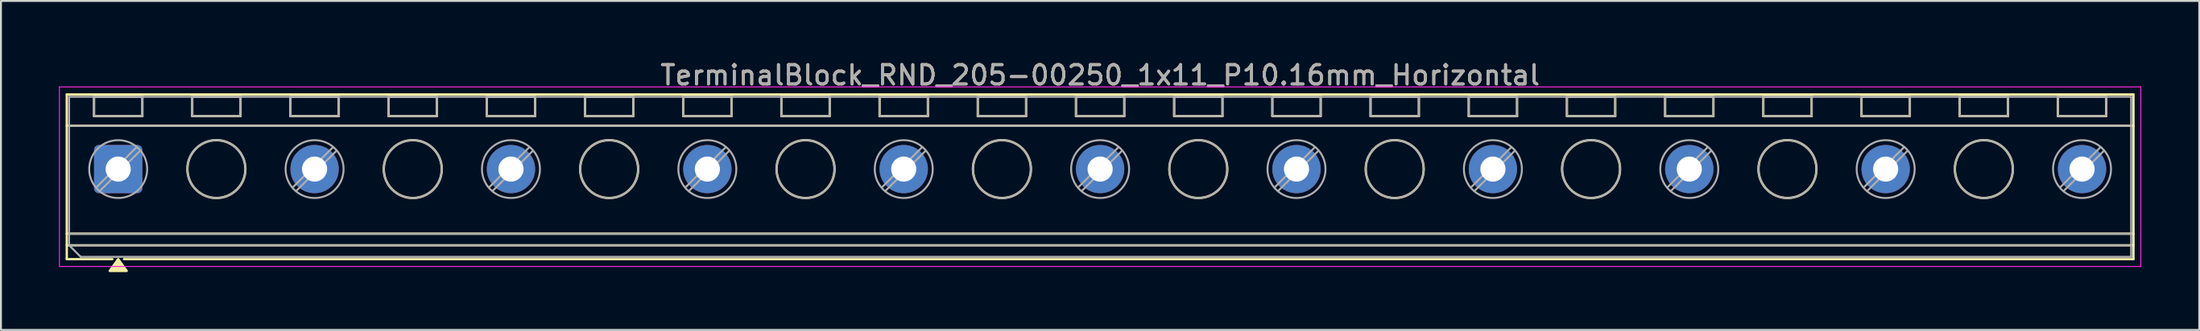
<source format=kicad_pcb>
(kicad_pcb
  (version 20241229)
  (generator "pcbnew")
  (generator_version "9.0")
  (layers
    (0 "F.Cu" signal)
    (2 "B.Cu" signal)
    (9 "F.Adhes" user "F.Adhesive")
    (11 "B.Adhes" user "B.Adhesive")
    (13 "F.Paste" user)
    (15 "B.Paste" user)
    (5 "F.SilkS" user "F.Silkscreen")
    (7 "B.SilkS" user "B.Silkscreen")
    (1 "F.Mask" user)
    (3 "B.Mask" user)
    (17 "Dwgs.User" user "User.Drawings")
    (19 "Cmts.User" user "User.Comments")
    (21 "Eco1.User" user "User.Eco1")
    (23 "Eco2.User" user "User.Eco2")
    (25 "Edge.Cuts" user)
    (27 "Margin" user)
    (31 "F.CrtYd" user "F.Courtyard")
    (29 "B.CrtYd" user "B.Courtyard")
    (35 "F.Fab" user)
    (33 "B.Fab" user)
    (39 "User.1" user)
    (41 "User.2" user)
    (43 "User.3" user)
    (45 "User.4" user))
  (footprint "TerminalBlock_RND_205-00250_1x11_P10.16mm_Horizontal"
    (layer "F.Cu")
    (at 3.065 5.718)
    (property "Reference" "TerminalBlock_RND_205-00250_1x11_P10.16mm_Horizontal" (at 50.8 -4.87 0) (layer "F.SilkS") (effects (font (size 1 1) (thickness 0.15))))
    (attr through_hole)
    (fp_line (start -2.66 -3.87) (end 104.26 -3.87) (stroke (width 0.12) (type solid)) (layer "F.SilkS"))
    (fp_line (start -2.66 -2.25) (end 104.26 -2.25) (stroke (width 0.12) (type solid)) (layer "F.SilkS"))
    (fp_line (start -2.66 3.35) (end 104.26 3.35) (stroke (width 0.12) (type solid)) (layer "F.SilkS"))
    (fp_line (start -2.66 3.95) (end 104.26 3.95) (stroke (width 0.12) (type solid)) (layer "F.SilkS"))
    (fp_line (start -2.66 4.67) (end -2.66 -3.87) (stroke (width 0.12) (type solid)) (layer "F.SilkS"))
    (fp_line (start -1.25 -3.75) (end 1.25 -3.75) (stroke (width 0.12) (type solid)) (layer "F.SilkS"))
    (fp_line (start -1.25 -2.75) (end -1.25 -3.75) (stroke (width 0.12) (type solid)) (layer "F.SilkS"))
    (fp_line (start -0.3 4.67) (end -2.66 4.67) (stroke (width 0.12) (type solid)) (layer "F.SilkS"))
    (fp_line (start 1.25 -3.75) (end 1.25 -2.75) (stroke (width 0.12) (type solid)) (layer "F.SilkS"))
    (fp_line (start 1.25 -2.75) (end -1.25 -2.75) (stroke (width 0.12) (type solid)) (layer "F.SilkS"))
    (fp_line (start 3.83 -3.75) (end 6.33 -3.75) (stroke (width 0.12) (type solid)) (layer "F.SilkS"))
    (fp_line (start 3.83 -2.75) (end 3.83 -3.75) (stroke (width 0.12) (type solid)) (layer "F.SilkS"))
    (fp_line (start 6.33 -3.75) (end 6.33 -2.75) (stroke (width 0.12) (type solid)) (layer "F.SilkS"))
    (fp_line (start 6.33 -2.75) (end 3.83 -2.75) (stroke (width 0.12) (type solid)) (layer "F.SilkS"))
    (fp_line (start 8.91 -3.75) (end 11.41 -3.75) (stroke (width 0.12) (type solid)) (layer "F.SilkS"))
    (fp_line (start 8.91 -2.75) (end 8.91 -3.75) (stroke (width 0.12) (type solid)) (layer "F.SilkS"))
    (fp_line (start 11.41 -3.75) (end 11.41 -2.75) (stroke (width 0.12) (type solid)) (layer "F.SilkS"))
    (fp_line (start 11.41 -2.75) (end 8.91 -2.75) (stroke (width 0.12) (type solid)) (layer "F.SilkS"))
    (fp_line (start 13.99 -3.75) (end 16.49 -3.75) (stroke (width 0.12) (type solid)) (layer "F.SilkS"))
    (fp_line (start 13.99 -2.75) (end 13.99 -3.75) (stroke (width 0.12) (type solid)) (layer "F.SilkS"))
    (fp_line (start 16.49 -3.75) (end 16.49 -2.75) (stroke (width 0.12) (type solid)) (layer "F.SilkS"))
    (fp_line (start 16.49 -2.75) (end 13.99 -2.75) (stroke (width 0.12) (type solid)) (layer "F.SilkS"))
    (fp_line (start 19.07 -3.75) (end 21.57 -3.75) (stroke (width 0.12) (type solid)) (layer "F.SilkS"))
    (fp_line (start 19.07 -2.75) (end 19.07 -3.75) (stroke (width 0.12) (type solid)) (layer "F.SilkS"))
    (fp_line (start 21.57 -3.75) (end 21.57 -2.75) (stroke (width 0.12) (type solid)) (layer "F.SilkS"))
    (fp_line (start 21.57 -2.75) (end 19.07 -2.75) (stroke (width 0.12) (type solid)) (layer "F.SilkS"))
    (fp_line (start 24.15 -3.75) (end 26.65 -3.75) (stroke (width 0.12) (type solid)) (layer "F.SilkS"))
    (fp_line (start 24.15 -2.75) (end 24.15 -3.75) (stroke (width 0.12) (type solid)) (layer "F.SilkS"))
    (fp_line (start 26.65 -3.75) (end 26.65 -2.75) (stroke (width 0.12) (type solid)) (layer "F.SilkS"))
    (fp_line (start 26.65 -2.75) (end 24.15 -2.75) (stroke (width 0.12) (type solid)) (layer "F.SilkS"))
    (fp_line (start 29.23 -3.75) (end 31.73 -3.75) (stroke (width 0.12) (type solid)) (layer "F.SilkS"))
    (fp_line (start 29.23 -2.75) (end 29.23 -3.75) (stroke (width 0.12) (type solid)) (layer "F.SilkS"))
    (fp_line (start 31.73 -3.75) (end 31.73 -2.75) (stroke (width 0.12) (type solid)) (layer "F.SilkS"))
    (fp_line (start 31.73 -2.75) (end 29.23 -2.75) (stroke (width 0.12) (type solid)) (layer "F.SilkS"))
    (fp_line (start 34.31 -3.75) (end 36.81 -3.75) (stroke (width 0.12) (type solid)) (layer "F.SilkS"))
    (fp_line (start 34.31 -2.75) (end 34.31 -3.75) (stroke (width 0.12) (type solid)) (layer "F.SilkS"))
    (fp_line (start 36.81 -3.75) (end 36.81 -2.75) (stroke (width 0.12) (type solid)) (layer "F.SilkS"))
    (fp_line (start 36.81 -2.75) (end 34.31 -2.75) (stroke (width 0.12) (type solid)) (layer "F.SilkS"))
    (fp_line (start 39.39 -3.75) (end 41.89 -3.75) (stroke (width 0.12) (type solid)) (layer "F.SilkS"))
    (fp_line (start 39.39 -2.75) (end 39.39 -3.75) (stroke (width 0.12) (type solid)) (layer "F.SilkS"))
    (fp_line (start 41.89 -3.75) (end 41.89 -2.75) (stroke (width 0.12) (type solid)) (layer "F.SilkS"))
    (fp_line (start 41.89 -2.75) (end 39.39 -2.75) (stroke (width 0.12) (type solid)) (layer "F.SilkS"))
    (fp_line (start 44.47 -3.75) (end 46.97 -3.75) (stroke (width 0.12) (type solid)) (layer "F.SilkS"))
    (fp_line (start 44.47 -2.75) (end 44.47 -3.75) (stroke (width 0.12) (type solid)) (layer "F.SilkS"))
    (fp_line (start 46.97 -3.75) (end 46.97 -2.75) (stroke (width 0.12) (type solid)) (layer "F.SilkS"))
    (fp_line (start 46.97 -2.75) (end 44.47 -2.75) (stroke (width 0.12) (type solid)) (layer "F.SilkS"))
    (fp_line (start 49.55 -3.75) (end 52.05 -3.75) (stroke (width 0.12) (type solid)) (layer "F.SilkS"))
    (fp_line (start 49.55 -2.75) (end 49.55 -3.75) (stroke (width 0.12) (type solid)) (layer "F.SilkS"))
    (fp_line (start 52.05 -3.75) (end 52.05 -2.75) (stroke (width 0.12) (type solid)) (layer "F.SilkS"))
    (fp_line (start 52.05 -2.75) (end 49.55 -2.75) (stroke (width 0.12) (type solid)) (layer "F.SilkS"))
    (fp_line (start 54.63 -3.75) (end 57.13 -3.75) (stroke (width 0.12) (type solid)) (layer "F.SilkS"))
    (fp_line (start 54.63 -2.75) (end 54.63 -3.75) (stroke (width 0.12) (type solid)) (layer "F.SilkS"))
    (fp_line (start 57.13 -3.75) (end 57.13 -2.75) (stroke (width 0.12) (type solid)) (layer "F.SilkS"))
    (fp_line (start 57.13 -2.75) (end 54.63 -2.75) (stroke (width 0.12) (type solid)) (layer "F.SilkS"))
    (fp_line (start 59.71 -3.75) (end 62.21 -3.75) (stroke (width 0.12) (type solid)) (layer "F.SilkS"))
    (fp_line (start 59.71 -2.75) (end 59.71 -3.75) (stroke (width 0.12) (type solid)) (layer "F.SilkS"))
    (fp_line (start 62.21 -3.75) (end 62.21 -2.75) (stroke (width 0.12) (type solid)) (layer "F.SilkS"))
    (fp_line (start 62.21 -2.75) (end 59.71 -2.75) (stroke (width 0.12) (type solid)) (layer "F.SilkS"))
    (fp_line (start 64.79 -3.75) (end 67.29 -3.75) (stroke (width 0.12) (type solid)) (layer "F.SilkS"))
    (fp_line (start 64.79 -2.75) (end 64.79 -3.75) (stroke (width 0.12) (type solid)) (layer "F.SilkS"))
    (fp_line (start 67.29 -3.75) (end 67.29 -2.75) (stroke (width 0.12) (type solid)) (layer "F.SilkS"))
    (fp_line (start 67.29 -2.75) (end 64.79 -2.75) (stroke (width 0.12) (type solid)) (layer "F.SilkS"))
    (fp_line (start 69.87 -3.75) (end 72.37 -3.75) (stroke (width 0.12) (type solid)) (layer "F.SilkS"))
    (fp_line (start 69.87 -2.75) (end 69.87 -3.75) (stroke (width 0.12) (type solid)) (layer "F.SilkS"))
    (fp_line (start 72.37 -3.75) (end 72.37 -2.75) (stroke (width 0.12) (type solid)) (layer "F.SilkS"))
    (fp_line (start 72.37 -2.75) (end 69.87 -2.75) (stroke (width 0.12) (type solid)) (layer "F.SilkS"))
    (fp_line (start 74.95 -3.75) (end 77.45 -3.75) (stroke (width 0.12) (type solid)) (layer "F.SilkS"))
    (fp_line (start 74.95 -2.75) (end 74.95 -3.75) (stroke (width 0.12) (type solid)) (layer "F.SilkS"))
    (fp_line (start 77.45 -3.75) (end 77.45 -2.75) (stroke (width 0.12) (type solid)) (layer "F.SilkS"))
    (fp_line (start 77.45 -2.75) (end 74.95 -2.75) (stroke (width 0.12) (type solid)) (layer "F.SilkS"))
    (fp_line (start 80.03 -3.75) (end 82.53 -3.75) (stroke (width 0.12) (type solid)) (layer "F.SilkS"))
    (fp_line (start 80.03 -2.75) (end 80.03 -3.75) (stroke (width 0.12) (type solid)) (layer "F.SilkS"))
    (fp_line (start 82.53 -3.75) (end 82.53 -2.75) (stroke (width 0.12) (type solid)) (layer "F.SilkS"))
    (fp_line (start 82.53 -2.75) (end 80.03 -2.75) (stroke (width 0.12) (type solid)) (layer "F.SilkS"))
    (fp_line (start 85.11 -3.75) (end 87.61 -3.75) (stroke (width 0.12) (type solid)) (layer "F.SilkS"))
    (fp_line (start 85.11 -2.75) (end 85.11 -3.75) (stroke (width 0.12) (type solid)) (layer "F.SilkS"))
    (fp_line (start 87.61 -3.75) (end 87.61 -2.75) (stroke (width 0.12) (type solid)) (layer "F.SilkS"))
    (fp_line (start 87.61 -2.75) (end 85.11 -2.75) (stroke (width 0.12) (type solid)) (layer "F.SilkS"))
    (fp_line (start 90.19 -3.75) (end 92.69 -3.75) (stroke (width 0.12) (type solid)) (layer "F.SilkS"))
    (fp_line (start 90.19 -2.75) (end 90.19 -3.75) (stroke (width 0.12) (type solid)) (layer "F.SilkS"))
    (fp_line (start 92.69 -3.75) (end 92.69 -2.75) (stroke (width 0.12) (type solid)) (layer "F.SilkS"))
    (fp_line (start 92.69 -2.75) (end 90.19 -2.75) (stroke (width 0.12) (type solid)) (layer "F.SilkS"))
    (fp_line (start 95.27 -3.75) (end 97.77 -3.75) (stroke (width 0.12) (type solid)) (layer "F.SilkS"))
    (fp_line (start 95.27 -2.75) (end 95.27 -3.75) (stroke (width 0.12) (type solid)) (layer "F.SilkS"))
    (fp_line (start 97.77 -3.75) (end 97.77 -2.75) (stroke (width 0.12) (type solid)) (layer "F.SilkS"))
    (fp_line (start 97.77 -2.75) (end 95.27 -2.75) (stroke (width 0.12) (type solid)) (layer "F.SilkS"))
    (fp_line (start 100.35 -3.75) (end 102.85 -3.75) (stroke (width 0.12) (type solid)) (layer "F.SilkS"))
    (fp_line (start 100.35 -2.75) (end 100.35 -3.75) (stroke (width 0.12) (type solid)) (layer "F.SilkS"))
    (fp_line (start 102.85 -3.75) (end 102.85 -2.75) (stroke (width 0.12) (type solid)) (layer "F.SilkS"))
    (fp_line (start 102.85 -2.75) (end 100.35 -2.75) (stroke (width 0.12) (type solid)) (layer "F.SilkS"))
    (fp_line (start 104.26 -3.87) (end 104.26 4.67) (stroke (width 0.12) (type solid)) (layer "F.SilkS"))
    (fp_line (start 104.26 4.67) (end 0.3 4.67) (stroke (width 0.12) (type solid)) (layer "F.SilkS"))
    (fp_circle (center 5.08 0) (end 6.58 0) (stroke (width 0.12) (type solid)) (fill no) (layer "F.SilkS"))
    (fp_circle (center 15.24 0) (end 16.74 0) (stroke (width 0.12) (type solid)) (fill no) (layer "F.SilkS"))
    (fp_circle (center 25.4 0) (end 26.9 0) (stroke (width 0.12) (type solid)) (fill no) (layer "F.SilkS"))
    (fp_circle (center 35.56 0) (end 37.06 0) (stroke (width 0.12) (type solid)) (fill no) (layer "F.SilkS"))
    (fp_circle (center 45.72 0) (end 47.22 0) (stroke (width 0.12) (type solid)) (fill no) (layer "F.SilkS"))
    (fp_circle (center 55.88 0) (end 57.38 0) (stroke (width 0.12) (type solid)) (fill no) (layer "F.SilkS"))
    (fp_circle (center 66.04 0) (end 67.54 0) (stroke (width 0.12) (type solid)) (fill no) (layer "F.SilkS"))
    (fp_circle (center 76.2 0) (end 77.7 0) (stroke (width 0.12) (type solid)) (fill no) (layer "F.SilkS"))
    (fp_circle (center 86.36 0) (end 87.86 0) (stroke (width 0.12) (type solid)) (fill no) (layer "F.SilkS"))
    (fp_circle (center 96.52 0) (end 98.02 0) (stroke (width 0.12) (type solid)) (fill no) (layer "F.SilkS"))
    (fp_poly (pts (xy 0 4.67) (xy 0.44 5.28) (xy -0.44 5.28)) (stroke (width 0.12) (type solid)) (fill yes) (layer "F.SilkS"))
    (fp_line (start -3.04 -4.26) (end -3.04 5.05) (stroke (width 0.05) (type solid)) (layer "F.CrtYd"))
    (fp_line (start -3.04 5.05) (end 104.64 5.05) (stroke (width 0.05) (type solid)) (layer "F.CrtYd"))
    (fp_line (start 104.64 -4.26) (end -3.04 -4.26) (stroke (width 0.05) (type solid)) (layer "F.CrtYd"))
    (fp_line (start 104.64 5.05) (end 104.64 -4.26) (stroke (width 0.05) (type solid)) (layer "F.CrtYd"))
    (fp_line (start -2.54 -3.75) (end 104.14 -3.75) (stroke (width 0.1) (type solid)) (layer "F.Fab"))
    (fp_line (start -2.54 -2.25) (end 104.14 -2.25) (stroke (width 0.1) (type solid)) (layer "F.Fab"))
    (fp_line (start -2.54 3.35) (end 104.14 3.35) (stroke (width 0.1) (type solid)) (layer "F.Fab"))
    (fp_line (start -2.54 3.95) (end -2.54 -3.75) (stroke (width 0.1) (type solid)) (layer "F.Fab"))
    (fp_line (start -2.54 3.95) (end 104.14 3.95) (stroke (width 0.1) (type solid)) (layer "F.Fab"))
    (fp_line (start -1.94 4.55) (end -2.54 3.95) (stroke (width 0.1) (type solid)) (layer "F.Fab"))
    (fp_line (start -1.25 -3.75) (end -1.25 -2.75) (stroke (width 0.1) (type solid)) (layer "F.Fab"))
    (fp_line (start -1.25 -2.75) (end 1.25 -2.75) (stroke (width 0.1) (type solid)) (layer "F.Fab"))
    (fp_line (start 0.955 -1.138) (end -1.138 0.955) (stroke (width 0.1) (type solid)) (layer "F.Fab"))
    (fp_line (start 1.138 -0.955) (end -0.955 1.138) (stroke (width 0.1) (type solid)) (layer "F.Fab"))
    (fp_line (start 1.25 -3.75) (end -1.25 -3.75) (stroke (width 0.1) (type solid)) (layer "F.Fab"))
    (fp_line (start 1.25 -2.75) (end 1.25 -3.75) (stroke (width 0.1) (type solid)) (layer "F.Fab"))
    (fp_line (start 3.83 -3.75) (end 3.83 -2.75) (stroke (width 0.1) (type solid)) (layer "F.Fab"))
    (fp_line (start 3.83 -2.75) (end 6.33 -2.75) (stroke (width 0.1) (type solid)) (layer "F.Fab"))
    (fp_line (start 6.33 -3.75) (end 3.83 -3.75) (stroke (width 0.1) (type solid)) (layer "F.Fab"))
    (fp_line (start 6.33 -2.75) (end 6.33 -3.75) (stroke (width 0.1) (type solid)) (layer "F.Fab"))
    (fp_line (start 8.91 -3.75) (end 8.91 -2.75) (stroke (width 0.1) (type solid)) (layer "F.Fab"))
    (fp_line (start 8.91 -2.75) (end 11.41 -2.75) (stroke (width 0.1) (type solid)) (layer "F.Fab"))
    (fp_line (start 11.115 -1.138) (end 9.022 0.955) (stroke (width 0.1) (type solid)) (layer "F.Fab"))
    (fp_line (start 11.298 -0.955) (end 9.205 1.138) (stroke (width 0.1) (type solid)) (layer "F.Fab"))
    (fp_line (start 11.41 -3.75) (end 8.91 -3.75) (stroke (width 0.1) (type solid)) (layer "F.Fab"))
    (fp_line (start 11.41 -2.75) (end 11.41 -3.75) (stroke (width 0.1) (type solid)) (layer "F.Fab"))
    (fp_line (start 13.99 -3.75) (end 13.99 -2.75) (stroke (width 0.1) (type solid)) (layer "F.Fab"))
    (fp_line (start 13.99 -2.75) (end 16.49 -2.75) (stroke (width 0.1) (type solid)) (layer "F.Fab"))
    (fp_line (start 16.49 -3.75) (end 13.99 -3.75) (stroke (width 0.1) (type solid)) (layer "F.Fab"))
    (fp_line (start 16.49 -2.75) (end 16.49 -3.75) (stroke (width 0.1) (type solid)) (layer "F.Fab"))
    (fp_line (start 19.07 -3.75) (end 19.07 -2.75) (stroke (width 0.1) (type solid)) (layer "F.Fab"))
    (fp_line (start 19.07 -2.75) (end 21.57 -2.75) (stroke (width 0.1) (type solid)) (layer "F.Fab"))
    (fp_line (start 21.275 -1.138) (end 19.182 0.955) (stroke (width 0.1) (type solid)) (layer "F.Fab"))
    (fp_line (start 21.458 -0.955) (end 19.365 1.138) (stroke (width 0.1) (type solid)) (layer "F.Fab"))
    (fp_line (start 21.57 -3.75) (end 19.07 -3.75) (stroke (width 0.1) (type solid)) (layer "F.Fab"))
    (fp_line (start 21.57 -2.75) (end 21.57 -3.75) (stroke (width 0.1) (type solid)) (layer "F.Fab"))
    (fp_line (start 24.15 -3.75) (end 24.15 -2.75) (stroke (width 0.1) (type solid)) (layer "F.Fab"))
    (fp_line (start 24.15 -2.75) (end 26.65 -2.75) (stroke (width 0.1) (type solid)) (layer "F.Fab"))
    (fp_line (start 26.65 -3.75) (end 24.15 -3.75) (stroke (width 0.1) (type solid)) (layer "F.Fab"))
    (fp_line (start 26.65 -2.75) (end 26.65 -3.75) (stroke (width 0.1) (type solid)) (layer "F.Fab"))
    (fp_line (start 29.23 -3.75) (end 29.23 -2.75) (stroke (width 0.1) (type solid)) (layer "F.Fab"))
    (fp_line (start 29.23 -2.75) (end 31.73 -2.75) (stroke (width 0.1) (type solid)) (layer "F.Fab"))
    (fp_line (start 31.435 -1.138) (end 29.342 0.955) (stroke (width 0.1) (type solid)) (layer "F.Fab"))
    (fp_line (start 31.618 -0.955) (end 29.525 1.138) (stroke (width 0.1) (type solid)) (layer "F.Fab"))
    (fp_line (start 31.73 -3.75) (end 29.23 -3.75) (stroke (width 0.1) (type solid)) (layer "F.Fab"))
    (fp_line (start 31.73 -2.75) (end 31.73 -3.75) (stroke (width 0.1) (type solid)) (layer "F.Fab"))
    (fp_line (start 34.31 -3.75) (end 34.31 -2.75) (stroke (width 0.1) (type solid)) (layer "F.Fab"))
    (fp_line (start 34.31 -2.75) (end 36.81 -2.75) (stroke (width 0.1) (type solid)) (layer "F.Fab"))
    (fp_line (start 36.81 -3.75) (end 34.31 -3.75) (stroke (width 0.1) (type solid)) (layer "F.Fab"))
    (fp_line (start 36.81 -2.75) (end 36.81 -3.75) (stroke (width 0.1) (type solid)) (layer "F.Fab"))
    (fp_line (start 39.39 -3.75) (end 39.39 -2.75) (stroke (width 0.1) (type solid)) (layer "F.Fab"))
    (fp_line (start 39.39 -2.75) (end 41.89 -2.75) (stroke (width 0.1) (type solid)) (layer "F.Fab"))
    (fp_line (start 41.595 -1.138) (end 39.502 0.955) (stroke (width 0.1) (type solid)) (layer "F.Fab"))
    (fp_line (start 41.778 -0.955) (end 39.685 1.138) (stroke (width 0.1) (type solid)) (layer "F.Fab"))
    (fp_line (start 41.89 -3.75) (end 39.39 -3.75) (stroke (width 0.1) (type solid)) (layer "F.Fab"))
    (fp_line (start 41.89 -2.75) (end 41.89 -3.75) (stroke (width 0.1) (type solid)) (layer "F.Fab"))
    (fp_line (start 44.47 -3.75) (end 44.47 -2.75) (stroke (width 0.1) (type solid)) (layer "F.Fab"))
    (fp_line (start 44.47 -2.75) (end 46.97 -2.75) (stroke (width 0.1) (type solid)) (layer "F.Fab"))
    (fp_line (start 46.97 -3.75) (end 44.47 -3.75) (stroke (width 0.1) (type solid)) (layer "F.Fab"))
    (fp_line (start 46.97 -2.75) (end 46.97 -3.75) (stroke (width 0.1) (type solid)) (layer "F.Fab"))
    (fp_line (start 49.55 -3.75) (end 49.55 -2.75) (stroke (width 0.1) (type solid)) (layer "F.Fab"))
    (fp_line (start 49.55 -2.75) (end 52.05 -2.75) (stroke (width 0.1) (type solid)) (layer "F.Fab"))
    (fp_line (start 51.755 -1.138) (end 49.662 0.955) (stroke (width 0.1) (type solid)) (layer "F.Fab"))
    (fp_line (start 51.938 -0.955) (end 49.845 1.138) (stroke (width 0.1) (type solid)) (layer "F.Fab"))
    (fp_line (start 52.05 -3.75) (end 49.55 -3.75) (stroke (width 0.1) (type solid)) (layer "F.Fab"))
    (fp_line (start 52.05 -2.75) (end 52.05 -3.75) (stroke (width 0.1) (type solid)) (layer "F.Fab"))
    (fp_line (start 54.63 -3.75) (end 54.63 -2.75) (stroke (width 0.1) (type solid)) (layer "F.Fab"))
    (fp_line (start 54.63 -2.75) (end 57.13 -2.75) (stroke (width 0.1) (type solid)) (layer "F.Fab"))
    (fp_line (start 57.13 -3.75) (end 54.63 -3.75) (stroke (width 0.1) (type solid)) (layer "F.Fab"))
    (fp_line (start 57.13 -2.75) (end 57.13 -3.75) (stroke (width 0.1) (type solid)) (layer "F.Fab"))
    (fp_line (start 59.71 -3.75) (end 59.71 -2.75) (stroke (width 0.1) (type solid)) (layer "F.Fab"))
    (fp_line (start 59.71 -2.75) (end 62.21 -2.75) (stroke (width 0.1) (type solid)) (layer "F.Fab"))
    (fp_line (start 61.915 -1.138) (end 59.822 0.955) (stroke (width 0.1) (type solid)) (layer "F.Fab"))
    (fp_line (start 62.098 -0.955) (end 60.005 1.138) (stroke (width 0.1) (type solid)) (layer "F.Fab"))
    (fp_line (start 62.21 -3.75) (end 59.71 -3.75) (stroke (width 0.1) (type solid)) (layer "F.Fab"))
    (fp_line (start 62.21 -2.75) (end 62.21 -3.75) (stroke (width 0.1) (type solid)) (layer "F.Fab"))
    (fp_line (start 64.79 -3.75) (end 64.79 -2.75) (stroke (width 0.1) (type solid)) (layer "F.Fab"))
    (fp_line (start 64.79 -2.75) (end 67.29 -2.75) (stroke (width 0.1) (type solid)) (layer "F.Fab"))
    (fp_line (start 67.29 -3.75) (end 64.79 -3.75) (stroke (width 0.1) (type solid)) (layer "F.Fab"))
    (fp_line (start 67.29 -2.75) (end 67.29 -3.75) (stroke (width 0.1) (type solid)) (layer "F.Fab"))
    (fp_line (start 69.87 -3.75) (end 69.87 -2.75) (stroke (width 0.1) (type solid)) (layer "F.Fab"))
    (fp_line (start 69.87 -2.75) (end 72.37 -2.75) (stroke (width 0.1) (type solid)) (layer "F.Fab"))
    (fp_line (start 72.075 -1.138) (end 69.982 0.955) (stroke (width 0.1) (type solid)) (layer "F.Fab"))
    (fp_line (start 72.258 -0.955) (end 70.165 1.138) (stroke (width 0.1) (type solid)) (layer "F.Fab"))
    (fp_line (start 72.37 -3.75) (end 69.87 -3.75) (stroke (width 0.1) (type solid)) (layer "F.Fab"))
    (fp_line (start 72.37 -2.75) (end 72.37 -3.75) (stroke (width 0.1) (type solid)) (layer "F.Fab"))
    (fp_line (start 74.95 -3.75) (end 74.95 -2.75) (stroke (width 0.1) (type solid)) (layer "F.Fab"))
    (fp_line (start 74.95 -2.75) (end 77.45 -2.75) (stroke (width 0.1) (type solid)) (layer "F.Fab"))
    (fp_line (start 77.45 -3.75) (end 74.95 -3.75) (stroke (width 0.1) (type solid)) (layer "F.Fab"))
    (fp_line (start 77.45 -2.75) (end 77.45 -3.75) (stroke (width 0.1) (type solid)) (layer "F.Fab"))
    (fp_line (start 80.03 -3.75) (end 80.03 -2.75) (stroke (width 0.1) (type solid)) (layer "F.Fab"))
    (fp_line (start 80.03 -2.75) (end 82.53 -2.75) (stroke (width 0.1) (type solid)) (layer "F.Fab"))
    (fp_line (start 82.235 -1.138) (end 80.142 0.955) (stroke (width 0.1) (type solid)) (layer "F.Fab"))
    (fp_line (start 82.418 -0.955) (end 80.325 1.138) (stroke (width 0.1) (type solid)) (layer "F.Fab"))
    (fp_line (start 82.53 -3.75) (end 80.03 -3.75) (stroke (width 0.1) (type solid)) (layer "F.Fab"))
    (fp_line (start 82.53 -2.75) (end 82.53 -3.75) (stroke (width 0.1) (type solid)) (layer "F.Fab"))
    (fp_line (start 85.11 -3.75) (end 85.11 -2.75) (stroke (width 0.1) (type solid)) (layer "F.Fab"))
    (fp_line (start 85.11 -2.75) (end 87.61 -2.75) (stroke (width 0.1) (type solid)) (layer "F.Fab"))
    (fp_line (start 87.61 -3.75) (end 85.11 -3.75) (stroke (width 0.1) (type solid)) (layer "F.Fab"))
    (fp_line (start 87.61 -2.75) (end 87.61 -3.75) (stroke (width 0.1) (type solid)) (layer "F.Fab"))
    (fp_line (start 90.19 -3.75) (end 90.19 -2.75) (stroke (width 0.1) (type solid)) (layer "F.Fab"))
    (fp_line (start 90.19 -2.75) (end 92.69 -2.75) (stroke (width 0.1) (type solid)) (layer "F.Fab"))
    (fp_line (start 92.395 -1.138) (end 90.302 0.955) (stroke (width 0.1) (type solid)) (layer "F.Fab"))
    (fp_line (start 92.578 -0.955) (end 90.485 1.138) (stroke (width 0.1) (type solid)) (layer "F.Fab"))
    (fp_line (start 92.69 -3.75) (end 90.19 -3.75) (stroke (width 0.1) (type solid)) (layer "F.Fab"))
    (fp_line (start 92.69 -2.75) (end 92.69 -3.75) (stroke (width 0.1) (type solid)) (layer "F.Fab"))
    (fp_line (start 95.27 -3.75) (end 95.27 -2.75) (stroke (width 0.1) (type solid)) (layer "F.Fab"))
    (fp_line (start 95.27 -2.75) (end 97.77 -2.75) (stroke (width 0.1) (type solid)) (layer "F.Fab"))
    (fp_line (start 97.77 -3.75) (end 95.27 -3.75) (stroke (width 0.1) (type solid)) (layer "F.Fab"))
    (fp_line (start 97.77 -2.75) (end 97.77 -3.75) (stroke (width 0.1) (type solid)) (layer "F.Fab"))
    (fp_line (start 100.35 -3.75) (end 100.35 -2.75) (stroke (width 0.1) (type solid)) (layer "F.Fab"))
    (fp_line (start 100.35 -2.75) (end 102.85 -2.75) (stroke (width 0.1) (type solid)) (layer "F.Fab"))
    (fp_line (start 102.555 -1.138) (end 100.462 0.955) (stroke (width 0.1) (type solid)) (layer "F.Fab"))
    (fp_line (start 102.738 -0.955) (end 100.645 1.138) (stroke (width 0.1) (type solid)) (layer "F.Fab"))
    (fp_line (start 102.85 -3.75) (end 100.35 -3.75) (stroke (width 0.1) (type solid)) (layer "F.Fab"))
    (fp_line (start 102.85 -2.75) (end 102.85 -3.75) (stroke (width 0.1) (type solid)) (layer "F.Fab"))
    (fp_line (start 104.14 -3.75) (end 104.14 4.55) (stroke (width 0.1) (type solid)) (layer "F.Fab"))
    (fp_line (start 104.14 4.55) (end -1.94 4.55) (stroke (width 0.1) (type solid)) (layer "F.Fab"))
    (fp_circle (center 0 0) (end 1.5 0) (stroke (width 0.1) (type solid)) (fill no) (layer "F.Fab"))
    (fp_circle (center 5.08 0) (end 6.58 0) (stroke (width 0.1) (type solid)) (fill no) (layer "F.Fab"))
    (fp_circle (center 10.16 0) (end 11.66 0) (stroke (width 0.1) (type solid)) (fill no) (layer "F.Fab"))
    (fp_circle (center 15.24 0) (end 16.74 0) (stroke (width 0.1) (type solid)) (fill no) (layer "F.Fab"))
    (fp_circle (center 20.32 0) (end 21.82 0) (stroke (width 0.1) (type solid)) (fill no) (layer "F.Fab"))
    (fp_circle (center 25.4 0) (end 26.9 0) (stroke (width 0.1) (type solid)) (fill no) (layer "F.Fab"))
    (fp_circle (center 30.48 0) (end 31.98 0) (stroke (width 0.1) (type solid)) (fill no) (layer "F.Fab"))
    (fp_circle (center 35.56 0) (end 37.06 0) (stroke (width 0.1) (type solid)) (fill no) (layer "F.Fab"))
    (fp_circle (center 40.64 0) (end 42.14 0) (stroke (width 0.1) (type solid)) (fill no) (layer "F.Fab"))
    (fp_circle (center 45.72 0) (end 47.22 0) (stroke (width 0.1) (type solid)) (fill no) (layer "F.Fab"))
    (fp_circle (center 50.8 0) (end 52.3 0) (stroke (width 0.1) (type solid)) (fill no) (layer "F.Fab"))
    (fp_circle (center 55.88 0) (end 57.38 0) (stroke (width 0.1) (type solid)) (fill no) (layer "F.Fab"))
    (fp_circle (center 60.96 0) (end 62.46 0) (stroke (width 0.1) (type solid)) (fill no) (layer "F.Fab"))
    (fp_circle (center 66.04 0) (end 67.54 0) (stroke (width 0.1) (type solid)) (fill no) (layer "F.Fab"))
    (fp_circle (center 71.12 0) (end 72.62 0) (stroke (width 0.1) (type solid)) (fill no) (layer "F.Fab"))
    (fp_circle (center 76.2 0) (end 77.7 0) (stroke (width 0.1) (type solid)) (fill no) (layer "F.Fab"))
    (fp_circle (center 81.28 0) (end 82.78 0) (stroke (width 0.1) (type solid)) (fill no) (layer "F.Fab"))
    (fp_circle (center 86.36 0) (end 87.86 0) (stroke (width 0.1) (type solid)) (fill no) (layer "F.Fab"))
    (fp_circle (center 91.44 0) (end 92.94 0) (stroke (width 0.1) (type solid)) (fill no) (layer "F.Fab"))
    (fp_circle (center 96.52 0) (end 98.02 0) (stroke (width 0.1) (type solid)) (fill no) (layer "F.Fab"))
    (fp_circle (center 101.6 0) (end 103.1 0) (stroke (width 0.1) (type solid)) (fill no) (layer "F.Fab"))
    (fp_text user "${REFERENCE}" (at 50.8 -4.87 0) (layer "F.Fab") (effects (font (size 1 1) (thickness 0.15))))
    (pad "1" thru_hole roundrect (at 0 0) (size 2.5 2.5) (drill 1.3) (layers "*.Cu" "*.Mask") (roundrect_rratio 0.1))
    (pad "2" thru_hole circle (at 10.16 0) (size 2.5 2.5) (drill 1.3) (layers "*.Cu" "*.Mask"))
    (pad "3" thru_hole circle (at 20.32 0) (size 2.5 2.5) (drill 1.3) (layers "*.Cu" "*.Mask"))
    (pad "4" thru_hole circle (at 30.48 0) (size 2.5 2.5) (drill 1.3) (layers "*.Cu" "*.Mask"))
    (pad "5" thru_hole circle (at 40.64 0) (size 2.5 2.5) (drill 1.3) (layers "*.Cu" "*.Mask"))
    (pad "6" thru_hole circle (at 50.8 0) (size 2.5 2.5) (drill 1.3) (layers "*.Cu" "*.Mask"))
    (pad "7" thru_hole circle (at 60.96 0) (size 2.5 2.5) (drill 1.3) (layers "*.Cu" "*.Mask"))
    (pad "8" thru_hole circle (at 71.12 0) (size 2.5 2.5) (drill 1.3) (layers "*.Cu" "*.Mask"))
    (pad "9" thru_hole circle (at 81.28 0) (size 2.5 2.5) (drill 1.3) (layers "*.Cu" "*.Mask"))
    (pad "10" thru_hole circle (at 91.44 0) (size 2.5 2.5) (drill 1.3) (layers "*.Cu" "*.Mask"))
    (pad "11" thru_hole circle (at 101.6 0) (size 2.5 2.5) (drill 1.3) (layers "*.Cu" "*.Mask")))
  (gr_rect
    (start -3 -3)
    (end 110.73 14.058)
    (stroke (width 0.1) (type default))
    (fill no)
    (layer "Edge.Cuts")))
</source>
